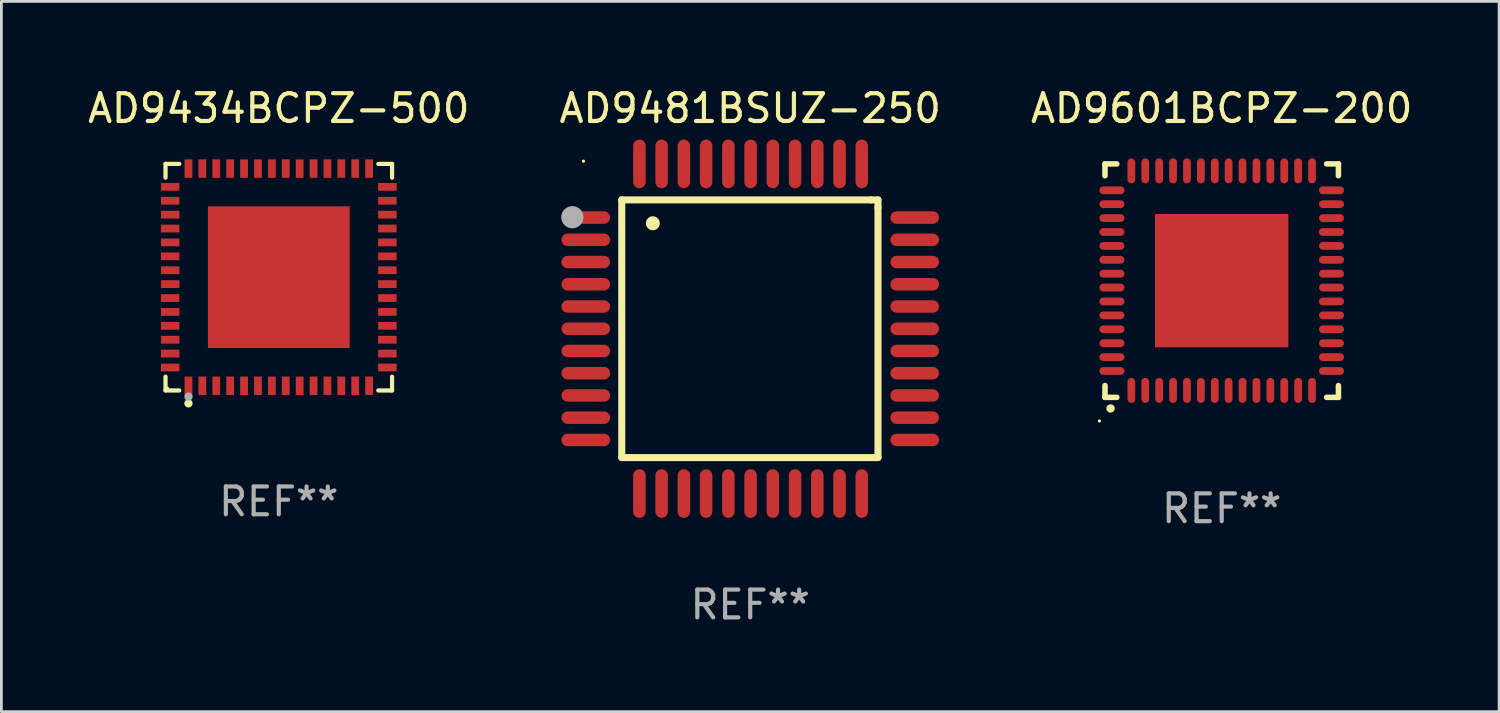
<source format=kicad_pcb>
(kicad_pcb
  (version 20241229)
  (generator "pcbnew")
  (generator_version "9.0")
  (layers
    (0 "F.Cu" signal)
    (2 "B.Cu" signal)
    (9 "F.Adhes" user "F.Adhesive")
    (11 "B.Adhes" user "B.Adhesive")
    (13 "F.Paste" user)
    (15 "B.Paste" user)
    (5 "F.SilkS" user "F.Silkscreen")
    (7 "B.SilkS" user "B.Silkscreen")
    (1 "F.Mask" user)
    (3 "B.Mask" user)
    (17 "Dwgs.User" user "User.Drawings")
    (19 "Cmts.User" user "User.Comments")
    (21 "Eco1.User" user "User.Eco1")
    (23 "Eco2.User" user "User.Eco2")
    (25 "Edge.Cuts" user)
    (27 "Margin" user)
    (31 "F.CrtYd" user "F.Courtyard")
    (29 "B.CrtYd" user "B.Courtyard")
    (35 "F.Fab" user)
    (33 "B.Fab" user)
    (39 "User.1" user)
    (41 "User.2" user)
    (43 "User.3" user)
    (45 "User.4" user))
  (footprint "AD9601BCPZ-200"
    (layer "F.Cu")
    (at 40.911 7.048)
    (property "Reference" "AD9601BCPZ-200" (at 0 -6.2 0) (layer "F.SilkS") (effects (font (size 1 1) (thickness 0.15))))
    (attr through_hole)
    (fp_line (start -4.2 -4.2) (end -4.2 -3.775) (stroke (width 0.2) (type solid)) (layer "F.SilkS"))
    (fp_line (start -4.2 4.2) (end -4.2 3.775) (stroke (width 0.2) (type solid)) (layer "F.SilkS"))
    (fp_line (start -3.775 -4.2) (end -4.2 -4.2) (stroke (width 0.2) (type solid)) (layer "F.SilkS"))
    (fp_line (start -3.775 4.2) (end -4.2 4.2) (stroke (width 0.2) (type solid)) (layer "F.SilkS"))
    (fp_line (start 3.775 4.2) (end 4.2 4.2) (stroke (width 0.2) (type solid)) (layer "F.SilkS"))
    (fp_line (start 4.2 -4.2) (end 3.775 -4.2) (stroke (width 0.2) (type solid)) (layer "F.SilkS"))
    (fp_line (start 4.2 -3.775) (end 4.2 -4.2) (stroke (width 0.2) (type solid)) (layer "F.SilkS"))
    (fp_line (start 4.2 4.2) (end 4.2 3.775) (stroke (width 0.2) (type solid)) (layer "F.SilkS"))
    (fp_arc (start -4.000508 4.599949) (mid -3.999238 4.599944) (end -3.997968 4.599949) (stroke (width 0.3) (type solid)) (layer "F.SilkS"))
    (fp_circle (center -4.4 5.05) (end -4.37 5.05) (stroke (width 0.06) (type solid)) (fill no) (layer "F.SilkS"))
    (fp_text user "REF**" (at 0 8.2 0) (layer "F.Fab") (effects (font (size 1 1) (thickness 0.15))))
    (pad "1" smd oval (at -3.251 3.95 180) (size 0.28 0.9) (layers "F.Cu" "F.Mask" "F.Paste"))
    (pad "2" smd oval (at -2.751 3.95 180) (size 0.28 0.9) (layers "F.Cu" "F.Mask" "F.Paste"))
    (pad "3" smd oval (at -2.25 3.95 180) (size 0.28 0.9) (layers "F.Cu" "F.Mask" "F.Paste"))
    (pad "4" smd oval (at -1.75 3.95 180) (size 0.28 0.9) (layers "F.Cu" "F.Mask" "F.Paste"))
    (pad "5" smd oval (at -1.25 3.95 180) (size 0.28 0.9) (layers "F.Cu" "F.Mask" "F.Paste"))
    (pad "6" smd oval (at -0.749 3.95 180) (size 0.28 0.9) (layers "F.Cu" "F.Mask" "F.Paste"))
    (pad "7" smd oval (at -0.249 3.95 180) (size 0.28 0.9) (layers "F.Cu" "F.Mask" "F.Paste"))
    (pad "8" smd oval (at 0.249 3.95 180) (size 0.28 0.9) (layers "F.Cu" "F.Mask" "F.Paste"))
    (pad "9" smd oval (at 0.749 3.95 180) (size 0.28 0.9) (layers "F.Cu" "F.Mask" "F.Paste"))
    (pad "10" smd oval (at 1.25 3.95 180) (size 0.28 0.9) (layers "F.Cu" "F.Mask" "F.Paste"))
    (pad "11" smd oval (at 1.75 3.95 180) (size 0.28 0.9) (layers "F.Cu" "F.Mask" "F.Paste"))
    (pad "12" smd oval (at 2.251 3.95 180) (size 0.28 0.9) (layers "F.Cu" "F.Mask" "F.Paste"))
    (pad "13" smd oval (at 2.751 3.95 180) (size 0.28 0.9) (layers "F.Cu" "F.Mask" "F.Paste"))
    (pad "14" smd oval (at 3.251 3.95 180) (size 0.28 0.9) (layers "F.Cu" "F.Mask" "F.Paste"))
    (pad "15" smd oval (at 3.95 3.251 90) (size 0.28 0.9) (layers "F.Cu" "F.Mask" "F.Paste"))
    (pad "16" smd oval (at 3.95 2.751 90) (size 0.28 0.9) (layers "F.Cu" "F.Mask" "F.Paste"))
    (pad "17" smd oval (at 3.95 2.251 90) (size 0.28 0.9) (layers "F.Cu" "F.Mask" "F.Paste"))
    (pad "18" smd oval (at 3.95 1.75 90) (size 0.28 0.9) (layers "F.Cu" "F.Mask" "F.Paste"))
    (pad "19" smd oval (at 3.95 1.25 90) (size 0.28 0.9) (layers "F.Cu" "F.Mask" "F.Paste"))
    (pad "20" smd oval (at 3.95 0.749 90) (size 0.28 0.9) (layers "F.Cu" "F.Mask" "F.Paste"))
    (pad "21" smd oval (at 3.95 0.249 90) (size 0.28 0.9) (layers "F.Cu" "F.Mask" "F.Paste"))
    (pad "22" smd oval (at 3.95 -0.249 90) (size 0.28 0.9) (layers "F.Cu" "F.Mask" "F.Paste"))
    (pad "23" smd oval (at 3.95 -0.749 90) (size 0.28 0.9) (layers "F.Cu" "F.Mask" "F.Paste"))
    (pad "24" smd oval (at 3.95 -1.25 90) (size 0.28 0.9) (layers "F.Cu" "F.Mask" "F.Paste"))
    (pad "25" smd oval (at 3.95 -1.75 90) (size 0.28 0.9) (layers "F.Cu" "F.Mask" "F.Paste"))
    (pad "26" smd oval (at 3.95 -2.25 90) (size 0.28 0.9) (layers "F.Cu" "F.Mask" "F.Paste"))
    (pad "27" smd oval (at 3.95 -2.751 90) (size 0.28 0.9) (layers "F.Cu" "F.Mask" "F.Paste"))
    (pad "28" smd oval (at 3.95 -3.251 90) (size 0.28 0.9) (layers "F.Cu" "F.Mask" "F.Paste"))
    (pad "29" smd oval (at 3.251 -3.95 180) (size 0.28 0.9) (layers "F.Cu" "F.Mask" "F.Paste"))
    (pad "30" smd oval (at 2.751 -3.95 180) (size 0.28 0.9) (layers "F.Cu" "F.Mask" "F.Paste"))
    (pad "31" smd oval (at 2.251 -3.95 180) (size 0.28 0.9) (layers "F.Cu" "F.Mask" "F.Paste"))
    (pad "32" smd oval (at 1.75 -3.95 180) (size 0.28 0.9) (layers "F.Cu" "F.Mask" "F.Paste"))
    (pad "33" smd oval (at 1.25 -3.95 180) (size 0.28 0.9) (layers "F.Cu" "F.Mask" "F.Paste"))
    (pad "34" smd oval (at 0.749 -3.95 180) (size 0.28 0.9) (layers "F.Cu" "F.Mask" "F.Paste"))
    (pad "35" smd oval (at 0.249 -3.95 180) (size 0.28 0.9) (layers "F.Cu" "F.Mask" "F.Paste"))
    (pad "36" smd oval (at -0.249 -3.95 180) (size 0.28 0.9) (layers "F.Cu" "F.Mask" "F.Paste"))
    (pad "37" smd oval (at -0.749 -3.95 180) (size 0.28 0.9) (layers "F.Cu" "F.Mask" "F.Paste"))
    (pad "38" smd oval (at -1.25 -3.95 180) (size 0.28 0.9) (layers "F.Cu" "F.Mask" "F.Paste"))
    (pad "39" smd oval (at -1.75 -3.95 180) (size 0.28 0.9) (layers "F.Cu" "F.Mask" "F.Paste"))
    (pad "40" smd oval (at -2.25 -3.95 180) (size 0.28 0.9) (layers "F.Cu" "F.Mask" "F.Paste"))
    (pad "41" smd oval (at -2.751 -3.95 180) (size 0.28 0.9) (layers "F.Cu" "F.Mask" "F.Paste"))
    (pad "42" smd oval (at -3.251 -3.95 180) (size 0.28 0.9) (layers "F.Cu" "F.Mask" "F.Paste"))
    (pad "43" smd oval (at -3.95 -3.251 90) (size 0.28 0.9) (layers "F.Cu" "F.Mask" "F.Paste"))
    (pad "44" smd oval (at -3.95 -2.751 90) (size 0.28 0.9) (layers "F.Cu" "F.Mask" "F.Paste"))
    (pad "45" smd oval (at -3.95 -2.25 90) (size 0.28 0.9) (layers "F.Cu" "F.Mask" "F.Paste"))
    (pad "46" smd oval (at -3.95 -1.75 90) (size 0.28 0.9) (layers "F.Cu" "F.Mask" "F.Paste"))
    (pad "47" smd oval (at -3.95 -1.25 90) (size 0.28 0.9) (layers "F.Cu" "F.Mask" "F.Paste"))
    (pad "48" smd oval (at -3.95 -0.749 90) (size 0.28 0.9) (layers "F.Cu" "F.Mask" "F.Paste"))
    (pad "49" smd oval (at -3.95 -0.249 90) (size 0.28 0.9) (layers "F.Cu" "F.Mask" "F.Paste"))
    (pad "50" smd oval (at -3.95 0.249 90) (size 0.28 0.9) (layers "F.Cu" "F.Mask" "F.Paste"))
    (pad "51" smd oval (at -3.95 0.749 90) (size 0.28 0.9) (layers "F.Cu" "F.Mask" "F.Paste"))
    (pad "52" smd oval (at -3.95 1.25 90) (size 0.28 0.9) (layers "F.Cu" "F.Mask" "F.Paste"))
    (pad "53" smd oval (at -3.95 1.75 90) (size 0.28 0.9) (layers "F.Cu" "F.Mask" "F.Paste"))
    (pad "54" smd oval (at -3.95 2.251 90) (size 0.28 0.9) (layers "F.Cu" "F.Mask" "F.Paste"))
    (pad "55" smd oval (at -3.95 2.751 90) (size 0.28 0.9) (layers "F.Cu" "F.Mask" "F.Paste"))
    (pad "56" smd oval (at -3.95 3.251 90) (size 0.28 0.9) (layers "F.Cu" "F.Mask" "F.Paste"))
    (pad "57" smd rect (at 0.000076 0.000076 90) (size 4.8 4.8) (layers "F.Cu" "F.Mask" "F.Paste")))
  (footprint "AD9434BCPZ-500"
    (layer "F.Cu")
    (at 6.982 6.924)
    (property "Reference" "AD9434BCPZ-500" (at 0 -6.076 0) (layer "F.SilkS") (effects (font (size 1 1) (thickness 0.15))))
    (attr through_hole)
    (fp_line (start -4.076 -4.076) (end -3.581 -4.076) (stroke (width 0.152) (type solid)) (layer "F.SilkS"))
    (fp_line (start -4.076 -3.581) (end -4.076 -4.076) (stroke (width 0.152) (type solid)) (layer "F.SilkS"))
    (fp_line (start -4.076 3.581) (end -4.076 4.076) (stroke (width 0.152) (type solid)) (layer "F.SilkS"))
    (fp_line (start -4.076 4.076) (end -3.581 4.076) (stroke (width 0.152) (type solid)) (layer "F.SilkS"))
    (fp_line (start 4.076 -4.076) (end 3.581 -4.076) (stroke (width 0.152) (type solid)) (layer "F.SilkS"))
    (fp_line (start 4.076 -3.581) (end 4.076 -4.076) (stroke (width 0.152) (type solid)) (layer "F.SilkS"))
    (fp_line (start 4.076 3.581) (end 4.076 4.076) (stroke (width 0.152) (type solid)) (layer "F.SilkS"))
    (fp_line (start 4.076 4.076) (end 3.581 4.076) (stroke (width 0.152) (type solid)) (layer "F.SilkS"))
    (fp_circle (center -4 4) (end -3.97 4) (stroke (width 0.06) (type solid)) (fill no) (layer "F.SilkS"))
    (fp_circle (center -3.25 4.54) (end -3.175 4.54) (stroke (width 0.15) (type solid)) (fill no) (layer "F.SilkS"))
    (fp_circle (center -3.25 4.3) (end -3.175 4.3) (stroke (width 0.15) (type solid)) (fill no) (layer "F.Fab"))
    (fp_text user "REF**" (at 0 8.076 0) (layer "F.Fab") (effects (font (size 1 1) (thickness 0.15))))
    (pad "1" smd rect (at -3.25 3.908) (size 0.28 0.665) (layers "F.Cu" "F.Mask" "F.Paste"))
    (pad "2" smd rect (at -2.75 3.908) (size 0.28 0.665) (layers "F.Cu" "F.Mask" "F.Paste"))
    (pad "3" smd rect (at -2.25 3.908) (size 0.28 0.665) (layers "F.Cu" "F.Mask" "F.Paste"))
    (pad "4" smd rect (at -1.75 3.908) (size 0.28 0.665) (layers "F.Cu" "F.Mask" "F.Paste"))
    (pad "5" smd rect (at -1.25 3.908) (size 0.28 0.665) (layers "F.Cu" "F.Mask" "F.Paste"))
    (pad "6" smd rect (at -0.75 3.908) (size 0.28 0.665) (layers "F.Cu" "F.Mask" "F.Paste"))
    (pad "7" smd rect (at -0.25 3.908) (size 0.28 0.665) (layers "F.Cu" "F.Mask" "F.Paste"))
    (pad "8" smd rect (at 0.25 3.908) (size 0.28 0.665) (layers "F.Cu" "F.Mask" "F.Paste"))
    (pad "9" smd rect (at 0.75 3.908) (size 0.28 0.665) (layers "F.Cu" "F.Mask" "F.Paste"))
    (pad "10" smd rect (at 1.25 3.908) (size 0.28 0.665) (layers "F.Cu" "F.Mask" "F.Paste"))
    (pad "11" smd rect (at 1.75 3.908) (size 0.28 0.665) (layers "F.Cu" "F.Mask" "F.Paste"))
    (pad "12" smd rect (at 2.25 3.908) (size 0.28 0.665) (layers "F.Cu" "F.Mask" "F.Paste"))
    (pad "13" smd rect (at 2.75 3.908) (size 0.28 0.665) (layers "F.Cu" "F.Mask" "F.Paste"))
    (pad "14" smd rect (at 3.25 3.908) (size 0.28 0.665) (layers "F.Cu" "F.Mask" "F.Paste"))
    (pad "15" smd rect (at 3.908 3.25) (size 0.665 0.28) (layers "F.Cu" "F.Mask" "F.Paste"))
    (pad "16" smd rect (at 3.908 2.75) (size 0.665 0.28) (layers "F.Cu" "F.Mask" "F.Paste"))
    (pad "17" smd rect (at 3.908 2.25) (size 0.665 0.28) (layers "F.Cu" "F.Mask" "F.Paste"))
    (pad "18" smd rect (at 3.908 1.75) (size 0.665 0.28) (layers "F.Cu" "F.Mask" "F.Paste"))
    (pad "19" smd rect (at 3.908 1.25) (size 0.665 0.28) (layers "F.Cu" "F.Mask" "F.Paste"))
    (pad "20" smd rect (at 3.908 0.75) (size 0.665 0.28) (layers "F.Cu" "F.Mask" "F.Paste"))
    (pad "21" smd rect (at 3.908 0.25) (size 0.665 0.28) (layers "F.Cu" "F.Mask" "F.Paste"))
    (pad "22" smd rect (at 3.908 -0.25) (size 0.665 0.28) (layers "F.Cu" "F.Mask" "F.Paste"))
    (pad "23" smd rect (at 3.908 -0.75) (size 0.665 0.28) (layers "F.Cu" "F.Mask" "F.Paste"))
    (pad "24" smd rect (at 3.908 -1.25) (size 0.665 0.28) (layers "F.Cu" "F.Mask" "F.Paste"))
    (pad "25" smd rect (at 3.908 -1.75) (size 0.665 0.28) (layers "F.Cu" "F.Mask" "F.Paste"))
    (pad "26" smd rect (at 3.908 -2.25) (size 0.665 0.28) (layers "F.Cu" "F.Mask" "F.Paste"))
    (pad "27" smd rect (at 3.908 -2.75) (size 0.665 0.28) (layers "F.Cu" "F.Mask" "F.Paste"))
    (pad "28" smd rect (at 3.908 -3.25) (size 0.665 0.28) (layers "F.Cu" "F.Mask" "F.Paste"))
    (pad "29" smd rect (at 3.25 -3.908) (size 0.28 0.665) (layers "F.Cu" "F.Mask" "F.Paste"))
    (pad "30" smd rect (at 2.75 -3.908) (size 0.28 0.665) (layers "F.Cu" "F.Mask" "F.Paste"))
    (pad "31" smd rect (at 2.25 -3.908) (size 0.28 0.665) (layers "F.Cu" "F.Mask" "F.Paste"))
    (pad "32" smd rect (at 1.75 -3.908) (size 0.28 0.665) (layers "F.Cu" "F.Mask" "F.Paste"))
    (pad "33" smd rect (at 1.25 -3.908) (size 0.28 0.665) (layers "F.Cu" "F.Mask" "F.Paste"))
    (pad "34" smd rect (at 0.75 -3.908) (size 0.28 0.665) (layers "F.Cu" "F.Mask" "F.Paste"))
    (pad "35" smd rect (at 0.25 -3.908) (size 0.28 0.665) (layers "F.Cu" "F.Mask" "F.Paste"))
    (pad "36" smd rect (at -0.25 -3.908) (size 0.28 0.665) (layers "F.Cu" "F.Mask" "F.Paste"))
    (pad "37" smd rect (at -0.75 -3.908) (size 0.28 0.665) (layers "F.Cu" "F.Mask" "F.Paste"))
    (pad "38" smd rect (at -1.25 -3.908) (size 0.28 0.665) (layers "F.Cu" "F.Mask" "F.Paste"))
    (pad "39" smd rect (at -1.75 -3.908) (size 0.28 0.665) (layers "F.Cu" "F.Mask" "F.Paste"))
    (pad "40" smd rect (at -2.25 -3.908) (size 0.28 0.665) (layers "F.Cu" "F.Mask" "F.Paste"))
    (pad "41" smd rect (at -2.75 -3.908) (size 0.28 0.665) (layers "F.Cu" "F.Mask" "F.Paste"))
    (pad "42" smd rect (at -3.25 -3.908) (size 0.28 0.665) (layers "F.Cu" "F.Mask" "F.Paste"))
    (pad "43" smd rect (at -3.908 -3.25) (size 0.665 0.28) (layers "F.Cu" "F.Mask" "F.Paste"))
    (pad "44" smd rect (at -3.908 -2.75) (size 0.665 0.28) (layers "F.Cu" "F.Mask" "F.Paste"))
    (pad "45" smd rect (at -3.908 -2.25) (size 0.665 0.28) (layers "F.Cu" "F.Mask" "F.Paste"))
    (pad "46" smd rect (at -3.908 -1.75) (size 0.665 0.28) (layers "F.Cu" "F.Mask" "F.Paste"))
    (pad "47" smd rect (at -3.908 -1.25) (size 0.665 0.28) (layers "F.Cu" "F.Mask" "F.Paste"))
    (pad "48" smd rect (at -3.908 -0.75) (size 0.665 0.28) (layers "F.Cu" "F.Mask" "F.Paste"))
    (pad "49" smd rect (at -3.908 -0.25) (size 0.665 0.28) (layers "F.Cu" "F.Mask" "F.Paste"))
    (pad "50" smd rect (at -3.908 0.25) (size 0.665 0.28) (layers "F.Cu" "F.Mask" "F.Paste"))
    (pad "51" smd rect (at -3.908 0.75) (size 0.665 0.28) (layers "F.Cu" "F.Mask" "F.Paste"))
    (pad "52" smd rect (at -3.908 1.25) (size 0.665 0.28) (layers "F.Cu" "F.Mask" "F.Paste"))
    (pad "53" smd rect (at -3.908 1.75) (size 0.665 0.28) (layers "F.Cu" "F.Mask" "F.Paste"))
    (pad "54" smd rect (at -3.908 2.25) (size 0.665 0.28) (layers "F.Cu" "F.Mask" "F.Paste"))
    (pad "55" smd rect (at -3.908 2.75) (size 0.665 0.28) (layers "F.Cu" "F.Mask" "F.Paste"))
    (pad "56" smd rect (at -3.908 3.25) (size 0.665 0.28) (layers "F.Cu" "F.Mask" "F.Paste"))
    (pad "57" smd rect (at 0 0) (size 5.1 5.1) (layers "F.Cu" "F.Mask" "F.Paste")))
  (footprint "AD9481BSUZ-250"
    (layer "F.Cu")
    (at 23.946 8.779)
    (property "Reference" "AD9481BSUZ-250" (at 0 -7.931 0) (layer "F.SilkS") (effects (font (size 1 1) (thickness 0.15))))
    (attr through_hole)
    (fp_line (start -4.623 -4.636) (end 4.35 -4.636) (stroke (width 0.254) (type solid)) (layer "F.SilkS"))
    (fp_line (start -4.623 4.636) (end -4.623 -4.636) (stroke (width 0.254) (type solid)) (layer "F.SilkS"))
    (fp_line (start 4.35 -4.636) (end 4.597 -4.636) (stroke (width 0.254) (type solid)) (layer "F.SilkS"))
    (fp_line (start 4.597 -4.636) (end 4.597 -4.363) (stroke (width 0.254) (type solid)) (layer "F.SilkS"))
    (fp_line (start 4.597 -4.363) (end 4.597 4.636) (stroke (width 0.254) (type solid)) (layer "F.SilkS"))
    (fp_line (start 4.597 4.636) (end -4.623 4.636) (stroke (width 0.254) (type solid)) (layer "F.SilkS"))
    (fp_arc (start -3.505207 -3.792228) (mid -3.50522 -3.794768) (end -3.505207 -3.797308) (stroke (width 0.5) (type solid)) (layer "F.SilkS"))
    (fp_circle (center -6 -6.03) (end -5.97 -6.03) (stroke (width 0.06) (type solid)) (fill no) (layer "F.SilkS"))
    (fp_circle (center -6.401 -4.013) (end -6.201 -4.013) (stroke (width 0.4) (type solid)) (fill no) (layer "F.Fab"))
    (fp_text user "REF**" (at 0 9.931 0) (layer "F.Fab") (effects (font (size 1 1) (thickness 0.15))))
    (pad "1" smd oval (at -5.918 -4.001 90) (size 0.45 1.75) (layers "F.Cu" "F.Mask" "F.Paste"))
    (pad "2" smd oval (at -5.918 -3.2 90) (size 0.45 1.75) (layers "F.Cu" "F.Mask" "F.Paste"))
    (pad "3" smd oval (at -5.918 -2.4 90) (size 0.45 1.75) (layers "F.Cu" "F.Mask" "F.Paste"))
    (pad "4" smd oval (at -5.918 -1.6 90) (size 0.45 1.75) (layers "F.Cu" "F.Mask" "F.Paste"))
    (pad "5" smd oval (at -5.918 -0.8 90) (size 0.45 1.75) (layers "F.Cu" "F.Mask" "F.Paste"))
    (pad "6" smd oval (at -5.918 0 90) (size 0.45 1.75) (layers "F.Cu" "F.Mask" "F.Paste"))
    (pad "7" smd oval (at -5.918 0.8 90) (size 0.45 1.75) (layers "F.Cu" "F.Mask" "F.Paste"))
    (pad "8" smd oval (at -5.918 1.6 90) (size 0.45 1.75) (layers "F.Cu" "F.Mask" "F.Paste"))
    (pad "9" smd oval (at -5.918 2.4 90) (size 0.45 1.75) (layers "F.Cu" "F.Mask" "F.Paste"))
    (pad "10" smd oval (at -5.918 3.2 90) (size 0.45 1.75) (layers "F.Cu" "F.Mask" "F.Paste"))
    (pad "11" smd oval (at -5.918 4.001 90) (size 0.45 1.75) (layers "F.Cu" "F.Mask" "F.Paste"))
    (pad "12" smd oval (at -3.988 5.931) (size 0.45 1.75) (layers "F.Cu" "F.Mask" "F.Paste"))
    (pad "13" smd oval (at -3.188 5.931) (size 0.45 1.75) (layers "F.Cu" "F.Mask" "F.Paste"))
    (pad "14" smd oval (at -2.388 5.931) (size 0.45 1.75) (layers "F.Cu" "F.Mask" "F.Paste"))
    (pad "15" smd oval (at -1.588 5.931) (size 0.45 1.75) (layers "F.Cu" "F.Mask" "F.Paste"))
    (pad "16" smd oval (at -0.787 5.931) (size 0.45 1.75) (layers "F.Cu" "F.Mask" "F.Paste"))
    (pad "17" smd oval (at 0.013 5.931) (size 0.45 1.75) (layers "F.Cu" "F.Mask" "F.Paste"))
    (pad "18" smd oval (at 0.813 5.931) (size 0.45 1.75) (layers "F.Cu" "F.Mask" "F.Paste"))
    (pad "19" smd oval (at 1.613 5.931) (size 0.45 1.75) (layers "F.Cu" "F.Mask" "F.Paste"))
    (pad "20" smd oval (at 2.413 5.931) (size 0.45 1.75) (layers "F.Cu" "F.Mask" "F.Paste"))
    (pad "21" smd oval (at 3.213 5.931) (size 0.45 1.75) (layers "F.Cu" "F.Mask" "F.Paste"))
    (pad "22" smd oval (at 4.013 5.931) (size 0.45 1.75) (layers "F.Cu" "F.Mask" "F.Paste"))
    (pad "23" smd oval (at 5.918 4.001 90) (size 0.45 1.75) (layers "F.Cu" "F.Mask" "F.Paste"))
    (pad "24" smd oval (at 5.918 3.2 90) (size 0.45 1.75) (layers "F.Cu" "F.Mask" "F.Paste"))
    (pad "25" smd oval (at 5.918 2.4 90) (size 0.45 1.75) (layers "F.Cu" "F.Mask" "F.Paste"))
    (pad "26" smd oval (at 5.918 1.6 90) (size 0.45 1.75) (layers "F.Cu" "F.Mask" "F.Paste"))
    (pad "27" smd oval (at 5.918 0.8 90) (size 0.45 1.75) (layers "F.Cu" "F.Mask" "F.Paste"))
    (pad "28" smd oval (at 5.918 0 90) (size 0.45 1.75) (layers "F.Cu" "F.Mask" "F.Paste"))
    (pad "29" smd oval (at 5.918 -0.8 90) (size 0.45 1.75) (layers "F.Cu" "F.Mask" "F.Paste"))
    (pad "30" smd oval (at 5.918 -1.6 90) (size 0.45 1.75) (layers "F.Cu" "F.Mask" "F.Paste"))
    (pad "31" smd oval (at 5.918 -2.4 90) (size 0.45 1.75) (layers "F.Cu" "F.Mask" "F.Paste"))
    (pad "32" smd oval (at 5.918 -3.2 90) (size 0.45 1.75) (layers "F.Cu" "F.Mask" "F.Paste"))
    (pad "33" smd oval (at 5.918 -4.001 90) (size 0.45 1.75) (layers "F.Cu" "F.Mask" "F.Paste"))
    (pad "34" smd oval (at 4.013 -5.931) (size 0.45 1.75) (layers "F.Cu" "F.Mask" "F.Paste"))
    (pad "35" smd oval (at 3.213 -5.931) (size 0.45 1.75) (layers "F.Cu" "F.Mask" "F.Paste"))
    (pad "36" smd oval (at 2.413 -5.931) (size 0.45 1.75) (layers "F.Cu" "F.Mask" "F.Paste"))
    (pad "37" smd oval (at 1.613 -5.931) (size 0.45 1.75) (layers "F.Cu" "F.Mask" "F.Paste"))
    (pad "38" smd oval (at 0.813 -5.931) (size 0.45 1.75) (layers "F.Cu" "F.Mask" "F.Paste"))
    (pad "39" smd oval (at 0.013 -5.931) (size 0.45 1.75) (layers "F.Cu" "F.Mask" "F.Paste"))
    (pad "40" smd oval (at -0.787 -5.931) (size 0.45 1.75) (layers "F.Cu" "F.Mask" "F.Paste"))
    (pad "41" smd oval (at -1.588 -5.931) (size 0.45 1.75) (layers "F.Cu" "F.Mask" "F.Paste"))
    (pad "42" smd oval (at -2.388 -5.931) (size 0.45 1.75) (layers "F.Cu" "F.Mask" "F.Paste"))
    (pad "43" smd oval (at -3.188 -5.931) (size 0.45 1.75) (layers "F.Cu" "F.Mask" "F.Paste"))
    (pad "44" smd oval (at -3.988 -5.931) (size 0.45 1.75) (layers "F.Cu" "F.Mask" "F.Paste")))
  (gr_rect
    (start -3 -3)
    (end 50.893 22.558)
    (stroke (width 0.1) (type default))
    (fill no)
    (layer "Edge.Cuts")))
</source>
